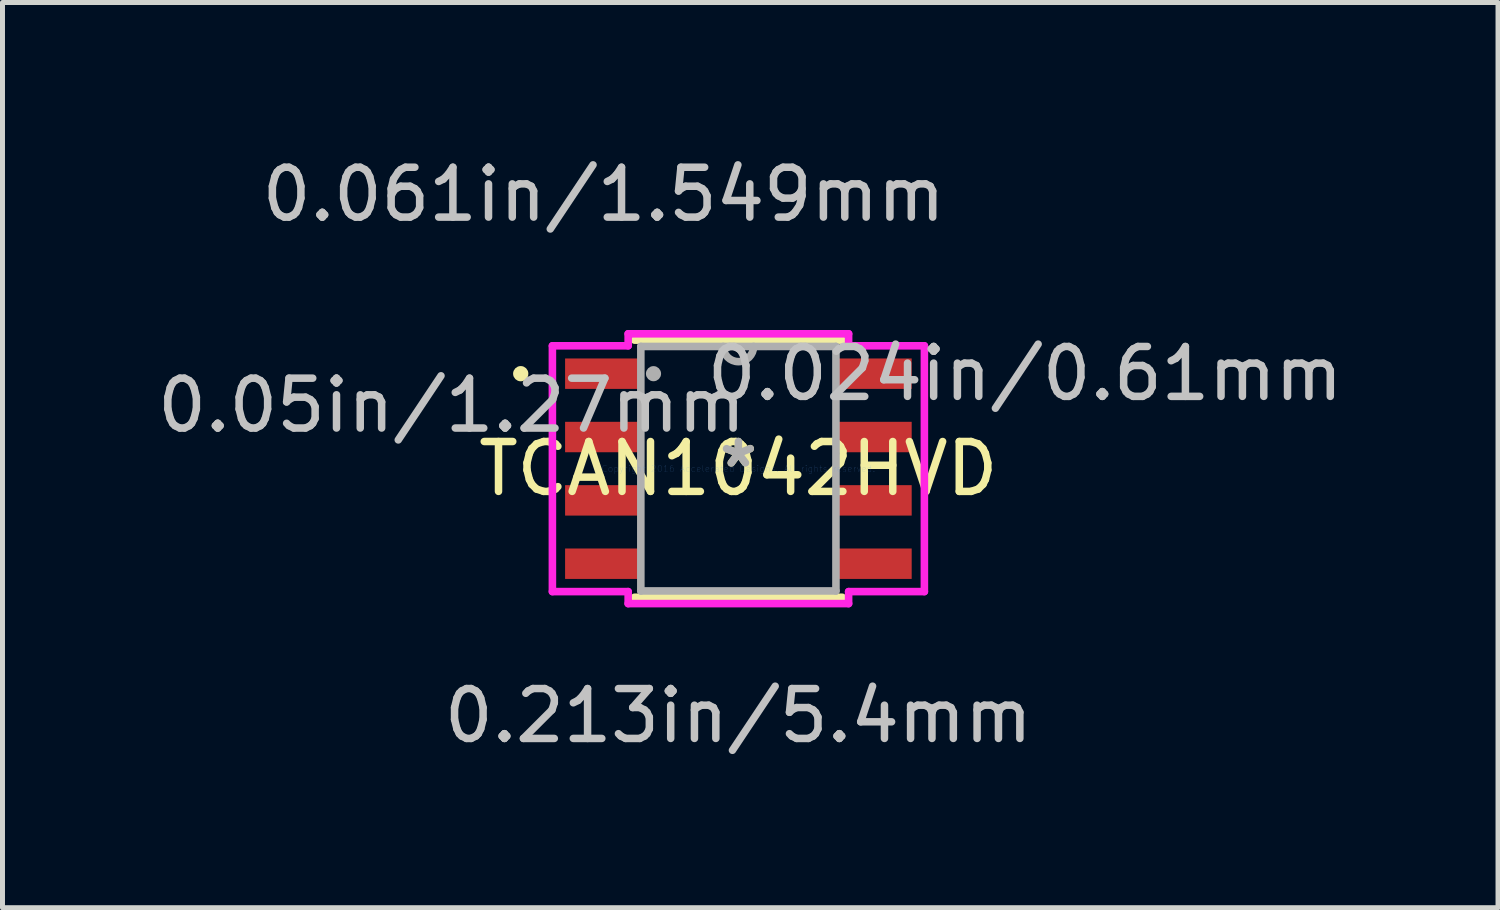
<source format=kicad_pcb>
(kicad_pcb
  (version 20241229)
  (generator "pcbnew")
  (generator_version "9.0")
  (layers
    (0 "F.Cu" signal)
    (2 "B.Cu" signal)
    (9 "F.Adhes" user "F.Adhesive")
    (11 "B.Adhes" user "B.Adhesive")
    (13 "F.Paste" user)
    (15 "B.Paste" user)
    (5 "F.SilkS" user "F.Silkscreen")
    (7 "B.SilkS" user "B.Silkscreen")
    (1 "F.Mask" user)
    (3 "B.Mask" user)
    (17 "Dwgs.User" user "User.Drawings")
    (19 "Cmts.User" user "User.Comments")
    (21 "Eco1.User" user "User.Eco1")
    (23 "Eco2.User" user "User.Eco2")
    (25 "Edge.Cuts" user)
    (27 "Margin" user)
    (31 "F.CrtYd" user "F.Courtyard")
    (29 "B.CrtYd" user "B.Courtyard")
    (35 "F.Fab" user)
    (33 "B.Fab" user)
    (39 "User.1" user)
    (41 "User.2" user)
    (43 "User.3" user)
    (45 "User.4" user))
  (footprint "TCAN1042HVD"
    (layer "F.Cu")
    (at 11.754 6.347)
    (property "Reference" "TCAN1042HVD" (at 0 0 0) (layer "F.SilkS") (effects (font (size 1 1) (thickness 0.15))))
    (attr through_hole)
    (fp_line (start -2.083 2.578) (end 2.083 2.578) (stroke (width 0.152) (type solid)) (layer "F.SilkS"))
    (fp_line (start 2.083 -2.578) (end -2.083 -2.578) (stroke (width 0.152) (type solid)) (layer "F.SilkS"))
    (fp_circle (center -4.364 -1.905) (end -4.287 -1.905) (stroke (width 0.152) (type solid)) (fill no) (layer "F.SilkS"))
    (fp_line (start -3.729 -2.464) (end -2.21 -2.464) (stroke (width 0.152) (type solid)) (layer "F.CrtYd"))
    (fp_line (start -3.729 2.464) (end -3.729 -2.464) (stroke (width 0.152) (type solid)) (layer "F.CrtYd"))
    (fp_line (start -2.21 -2.705) (end 2.21 -2.705) (stroke (width 0.152) (type solid)) (layer "F.CrtYd"))
    (fp_line (start -2.21 -2.464) (end -2.21 -2.705) (stroke (width 0.152) (type solid)) (layer "F.CrtYd"))
    (fp_line (start -2.21 2.464) (end -3.729 2.464) (stroke (width 0.152) (type solid)) (layer "F.CrtYd"))
    (fp_line (start -2.21 2.705) (end -2.21 2.464) (stroke (width 0.152) (type solid)) (layer "F.CrtYd"))
    (fp_line (start 2.21 -2.705) (end 2.21 -2.464) (stroke (width 0.152) (type solid)) (layer "F.CrtYd"))
    (fp_line (start 2.21 -2.464) (end 3.729 -2.464) (stroke (width 0.152) (type solid)) (layer "F.CrtYd"))
    (fp_line (start 2.21 2.464) (end 2.21 2.705) (stroke (width 0.152) (type solid)) (layer "F.CrtYd"))
    (fp_line (start 2.21 2.705) (end -2.21 2.705) (stroke (width 0.152) (type solid)) (layer "F.CrtYd"))
    (fp_line (start 3.729 -2.464) (end 3.729 2.464) (stroke (width 0.152) (type solid)) (layer "F.CrtYd"))
    (fp_line (start 3.729 2.464) (end 2.21 2.464) (stroke (width 0.152) (type solid)) (layer "F.CrtYd"))
    (fp_line (start -1.956 -2.451) (end -1.956 2.451) (stroke (width 0.152) (type solid)) (layer "F.Fab"))
    (fp_line (start -1.956 2.451) (end 1.956 2.451) (stroke (width 0.152) (type solid)) (layer "F.Fab"))
    (fp_line (start 1.956 -2.451) (end -1.956 -2.451) (stroke (width 0.152) (type solid)) (layer "F.Fab"))
    (fp_line (start 1.956 2.451) (end 1.956 -2.451) (stroke (width 0.152) (type solid)) (layer "F.Fab"))
    (fp_arc (start 0.3048 -2.4511) (mid 0 -2.1463) (end -0.3048 -2.4511) (stroke (width 0.1524) (type solid)) (layer "F.Fab"))
    (fp_circle (center -1.702 -1.905) (end -1.626 -1.905) (stroke (width 0.152) (type solid)) (fill no) (layer "F.Fab"))
    (fp_text user "*" (at 0 0 0) (layer "F.SilkS") (effects (font (size 1 1) (thickness 0.15))))
    (fp_text user "0.024in/0.61mm" (at 5.748 -1.905 0) (layer "Dwgs.User") (effects (font (size 1 1) (thickness 0.15))))
    (fp_text user "0.05in/1.27mm" (at -5.748 -1.27 0) (layer "Dwgs.User") (effects (font (size 1 1) (thickness 0.15))))
    (fp_text user "0.061in/1.549mm" (at -2.7 -5.499 0) (layer "Dwgs.User") (effects (font (size 1 1) (thickness 0.15))))
    (fp_text user "0.213in/5.4mm" (at 0 4.953 0) (layer "Dwgs.User") (effects (font (size 1 1) (thickness 0.15))))
    (fp_text user "Copyright 2016 Accelerated Designs. All rights reserved." (at 0 0 0) (layer "Cmts.User") (effects (font (size 0.127 0.127) (thickness 0.002))))
    (fp_text user "*" (at 0 0 0) (layer "F.Fab") (effects (font (size 1 1) (thickness 0.15))))
    (pad "1" smd rect (at -2.7 -1.905) (size 1.549 0.61) (layers "F.Cu" "F.Mask" "F.Paste"))
    (pad "2" smd rect (at -2.7 -0.635) (size 1.549 0.61) (layers "F.Cu" "F.Mask" "F.Paste"))
    (pad "3" smd rect (at -2.7 0.635) (size 1.549 0.61) (layers "F.Cu" "F.Mask" "F.Paste"))
    (pad "4" smd rect (at -2.7 1.905) (size 1.549 0.61) (layers "F.Cu" "F.Mask" "F.Paste"))
    (pad "5" smd rect (at 2.7 1.905) (size 1.549 0.61) (layers "F.Cu" "F.Mask" "F.Paste"))
    (pad "6" smd rect (at 2.7 0.635) (size 1.549 0.61) (layers "F.Cu" "F.Mask" "F.Paste"))
    (pad "7" smd rect (at 2.7 -0.635) (size 1.549 0.61) (layers "F.Cu" "F.Mask" "F.Paste"))
    (pad "8" smd rect (at 2.7 -1.905) (size 1.549 0.61) (layers "F.Cu" "F.Mask" "F.Paste")))
  (gr_rect
    (start -3 -3)
    (end 26.984 15.149)
    (stroke (width 0.1) (type default))
    (fill no)
    (layer "Edge.Cuts")))
</source>
